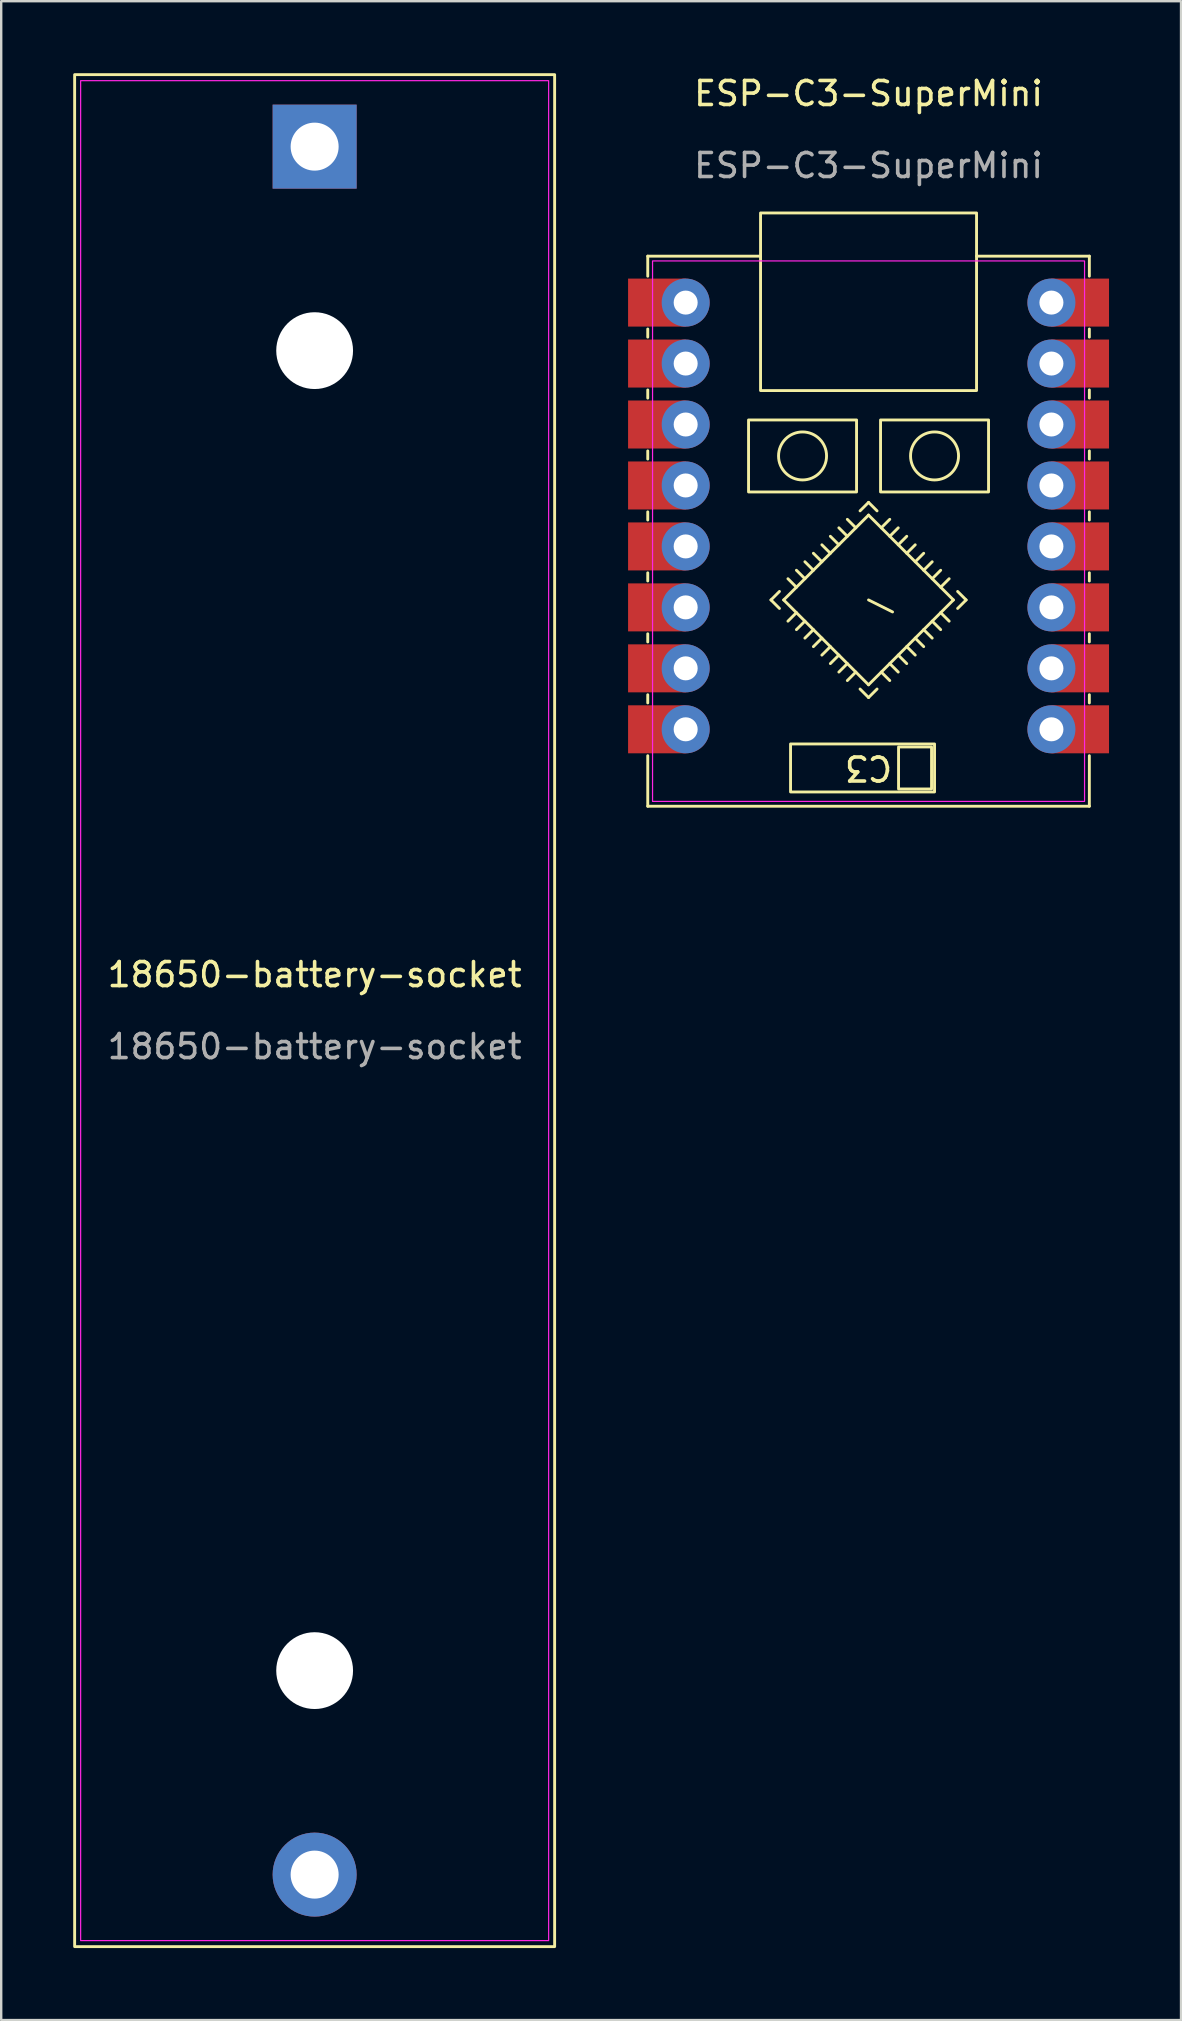
<source format=kicad_pcb>
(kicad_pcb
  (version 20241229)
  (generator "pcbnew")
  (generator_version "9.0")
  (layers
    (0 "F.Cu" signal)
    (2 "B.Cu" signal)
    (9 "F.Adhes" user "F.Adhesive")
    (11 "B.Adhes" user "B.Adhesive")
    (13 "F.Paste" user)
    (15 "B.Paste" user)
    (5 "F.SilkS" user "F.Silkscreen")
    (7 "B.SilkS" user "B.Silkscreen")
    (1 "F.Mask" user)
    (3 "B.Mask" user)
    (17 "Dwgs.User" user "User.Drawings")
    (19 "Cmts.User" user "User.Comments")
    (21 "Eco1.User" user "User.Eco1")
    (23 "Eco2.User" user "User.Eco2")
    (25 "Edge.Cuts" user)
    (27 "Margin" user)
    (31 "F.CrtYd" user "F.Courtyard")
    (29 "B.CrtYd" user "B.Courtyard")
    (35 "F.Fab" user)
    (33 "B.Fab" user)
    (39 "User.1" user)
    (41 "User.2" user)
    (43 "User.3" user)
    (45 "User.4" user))
  (footprint "ESP-C3-SuperMini"
    (layer "F.Cu")
    (at 33.14 18.448)
    (property "Reference" "ESP-C3-SuperMini" (at 0 -17.6 0) (unlocked yes) (layer "F.SilkS") (effects (font (size 1 1) (thickness 0.15))))
    (attr through_hole)
    (fp_line (start -9.2 -10.825) (end -9.2 -9.99) (stroke (width 0.12) (type default)) (layer "F.SilkS"))
    (fp_line (start -9.2 -10.825) (end -4.5 -10.825) (stroke (width 0.12) (type default)) (layer "F.SilkS"))
    (fp_line (start -9.2 -7.79) (end -9.2 -7.45) (stroke (width 0.12) (type default)) (layer "F.SilkS"))
    (fp_line (start -9.2 -5.25) (end -9.2 -4.91) (stroke (width 0.12) (type default)) (layer "F.SilkS"))
    (fp_line (start -9.2 -2.71) (end -9.2 -2.37) (stroke (width 0.12) (type default)) (layer "F.SilkS"))
    (fp_line (start -9.2 -0.17) (end -9.2 0.17) (stroke (width 0.12) (type default)) (layer "F.SilkS"))
    (fp_line (start -9.2 2.37) (end -9.2 2.71) (stroke (width 0.12) (type default)) (layer "F.SilkS"))
    (fp_line (start -9.2 4.91) (end -9.2 5.25) (stroke (width 0.12) (type default)) (layer "F.SilkS"))
    (fp_line (start -9.2 7.45) (end -9.2 7.79) (stroke (width 0.12) (type default)) (layer "F.SilkS"))
    (fp_line (start -9.2 12.095) (end -9.2 9.99) (stroke (width 0.12) (type default)) (layer "F.SilkS"))
    (fp_line (start -9.2 12.095) (end 9.2 12.095) (stroke (width 0.12) (type default)) (layer "F.SilkS"))
    (fp_line (start -3.712 3.146) (end -4.066 3.5) (stroke (width 0.12) (type default)) (layer "F.SilkS"))
    (fp_line (start -3.712 3.854) (end -4.066 3.5) (stroke (width 0.12) (type default)) (layer "F.SilkS"))
    (fp_line (start -3.536 3.5) (end 0 -0.036) (stroke (width 0.12) (type default)) (layer "F.SilkS"))
    (fp_line (start -3.005 2.97) (end -3.359 2.616) (stroke (width 0.12) (type default)) (layer "F.SilkS"))
    (fp_line (start -3.005 4.03) (end -3.359 4.384) (stroke (width 0.12) (type default)) (layer "F.SilkS"))
    (fp_line (start -2.652 2.616) (end -3.005 2.263) (stroke (width 0.12) (type default)) (layer "F.SilkS"))
    (fp_line (start -2.652 4.384) (end -3.005 4.737) (stroke (width 0.12) (type default)) (layer "F.SilkS"))
    (fp_line (start -2.298 2.263) (end -2.652 1.909) (stroke (width 0.12) (type default)) (layer "F.SilkS"))
    (fp_line (start -2.298 4.737) (end -2.652 5.091) (stroke (width 0.12) (type default)) (layer "F.SilkS"))
    (fp_line (start -1.945 1.909) (end -2.298 1.555) (stroke (width 0.12) (type default)) (layer "F.SilkS"))
    (fp_line (start -1.945 5.091) (end -2.298 5.445) (stroke (width 0.12) (type default)) (layer "F.SilkS"))
    (fp_line (start -1.591 1.555) (end -1.945 1.202) (stroke (width 0.12) (type default)) (layer "F.SilkS"))
    (fp_line (start -1.591 5.445) (end -1.945 5.798) (stroke (width 0.12) (type default)) (layer "F.SilkS"))
    (fp_line (start -1.237 1.202) (end -1.591 0.848) (stroke (width 0.12) (type default)) (layer "F.SilkS"))
    (fp_line (start -1.237 5.798) (end -1.591 6.152) (stroke (width 0.12) (type default)) (layer "F.SilkS"))
    (fp_line (start -0.884 0.848) (end -1.237 0.495) (stroke (width 0.12) (type default)) (layer "F.SilkS"))
    (fp_line (start -0.884 6.152) (end -1.237 6.505) (stroke (width 0.12) (type default)) (layer "F.SilkS"))
    (fp_line (start -0.53 0.495) (end -0.884 0.141) (stroke (width 0.12) (type default)) (layer "F.SilkS"))
    (fp_line (start -0.53 6.505) (end -0.884 6.859) (stroke (width 0.12) (type default)) (layer "F.SilkS"))
    (fp_line (start -0.354 7.212) (end -0.000001 7.566) (stroke (width 0.12) (type default)) (layer "F.SilkS"))
    (fp_line (start -0.354 -0.212) (end 0.000001 -0.566) (stroke (width 0.12) (type default)) (layer "F.SilkS"))
    (fp_line (start 0 -0.036) (end 3.536 3.5) (stroke (width 0.12) (type default)) (layer "F.SilkS"))
    (fp_line (start 0 7.036) (end -3.536 3.5) (stroke (width 0.12) (type default)) (layer "F.SilkS"))
    (fp_line (start 0.354 7.212) (end -0.000001 7.566) (stroke (width 0.12) (type default)) (layer "F.SilkS"))
    (fp_line (start 0.354 -0.212) (end 0.000001 -0.566) (stroke (width 0.12) (type default)) (layer "F.SilkS"))
    (fp_line (start 0.53 0.495) (end 0.884 0.141) (stroke (width 0.12) (type default)) (layer "F.SilkS"))
    (fp_line (start 0.53 6.505) (end 0.884 6.859) (stroke (width 0.12) (type default)) (layer "F.SilkS"))
    (fp_line (start 0.884 0.848) (end 1.237 0.495) (stroke (width 0.12) (type default)) (layer "F.SilkS"))
    (fp_line (start 0.884 6.152) (end 1.237 6.505) (stroke (width 0.12) (type default)) (layer "F.SilkS"))
    (fp_line (start 1 4) (end 0 3.5) (stroke (width 0.12) (type default)) (layer "F.SilkS"))
    (fp_line (start 1.237 1.202) (end 1.591 0.848) (stroke (width 0.12) (type default)) (layer "F.SilkS"))
    (fp_line (start 1.237 5.798) (end 1.591 6.152) (stroke (width 0.12) (type default)) (layer "F.SilkS"))
    (fp_line (start 1.591 1.555) (end 1.945 1.202) (stroke (width 0.12) (type default)) (layer "F.SilkS"))
    (fp_line (start 1.591 5.445) (end 1.945 5.798) (stroke (width 0.12) (type default)) (layer "F.SilkS"))
    (fp_line (start 1.945 1.909) (end 2.298 1.555) (stroke (width 0.12) (type default)) (layer "F.SilkS"))
    (fp_line (start 1.945 5.091) (end 2.298 5.445) (stroke (width 0.12) (type default)) (layer "F.SilkS"))
    (fp_line (start 2.298 2.263) (end 2.652 1.909) (stroke (width 0.12) (type default)) (layer "F.SilkS"))
    (fp_line (start 2.298 4.737) (end 2.652 5.091) (stroke (width 0.12) (type default)) (layer "F.SilkS"))
    (fp_line (start 2.652 2.616) (end 3.005 2.263) (stroke (width 0.12) (type default)) (layer "F.SilkS"))
    (fp_line (start 2.652 4.384) (end 3.005 4.737) (stroke (width 0.12) (type default)) (layer "F.SilkS"))
    (fp_line (start 3.005 2.97) (end 3.359 2.616) (stroke (width 0.12) (type default)) (layer "F.SilkS"))
    (fp_line (start 3.005 4.03) (end 3.359 4.384) (stroke (width 0.12) (type default)) (layer "F.SilkS"))
    (fp_line (start 3.536 3.5) (end 0 7.036) (stroke (width 0.12) (type default)) (layer "F.SilkS"))
    (fp_line (start 3.712 3.146) (end 4.066 3.5) (stroke (width 0.12) (type default)) (layer "F.SilkS"))
    (fp_line (start 3.712 3.854) (end 4.066 3.5) (stroke (width 0.12) (type default)) (layer "F.SilkS"))
    (fp_line (start 9.2 -10.825) (end 4.5 -10.825) (stroke (width 0.12) (type solid)) (layer "F.SilkS"))
    (fp_line (start 9.2 -10.825) (end 9.2 -9.99) (stroke (width 0.12) (type default)) (layer "F.SilkS"))
    (fp_line (start 9.2 -7.45) (end 9.2 -7.79) (stroke (width 0.12) (type default)) (layer "F.SilkS"))
    (fp_line (start 9.2 -4.91) (end 9.2 -5.25) (stroke (width 0.12) (type default)) (layer "F.SilkS"))
    (fp_line (start 9.2 -2.37) (end 9.2 -2.71) (stroke (width 0.12) (type default)) (layer "F.SilkS"))
    (fp_line (start 9.2 0.17) (end 9.2 -0.17) (stroke (width 0.12) (type default)) (layer "F.SilkS"))
    (fp_line (start 9.2 2.71) (end 9.2 2.37) (stroke (width 0.12) (type default)) (layer "F.SilkS"))
    (fp_line (start 9.2 5.25) (end 9.2 4.91) (stroke (width 0.12) (type default)) (layer "F.SilkS"))
    (fp_line (start 9.2 7.79) (end 9.2 7.45) (stroke (width 0.12) (type default)) (layer "F.SilkS"))
    (fp_line (start 9.2 12.095) (end 9.2 9.99) (stroke (width 0.12) (type default)) (layer "F.SilkS"))
    (fp_rect (start -5 -4) (end -0.5 -1) (stroke (width 0.12) (type default)) (fill no) (layer "F.SilkS"))
    (fp_rect (start -4.5 -5.225) (end 4.5 -12.625) (stroke (width 0.12) (type solid)) (fill no) (layer "F.SilkS"))
    (fp_rect (start -3.25 9.5) (end 2.75 11.5) (stroke (width 0.12) (type default)) (fill no) (layer "F.SilkS"))
    (fp_rect (start 0.5 -4) (end 5 -1) (stroke (width 0.12) (type default)) (fill no) (layer "F.SilkS"))
    (fp_rect (start 1.25 9.625) (end 2.625 11.375) (stroke (width 0.12) (type default)) (fill no) (layer "F.SilkS"))
    (fp_circle (center -2.75 -2.5) (end -1.75 -2.5) (stroke (width 0.12) (type default)) (fill no) (layer "F.SilkS"))
    (fp_circle (center 2.75 -2.5) (end 3.75 -2.5) (stroke (width 0.12) (type default)) (fill no) (layer "F.SilkS"))
    (fp_rect (start -9 -10.625) (end 9 11.895) (stroke (width 0.05) (type default)) (fill no) (layer "F.CrtYd"))
    (fp_text user "C3" (at 0 10.5 180) (unlocked yes) (layer "F.SilkS") (effects (font (size 1 1) (thickness 0.15))))
    (fp_text user "${REFERENCE}" (at 0 -14.6 0) (unlocked yes) (layer "F.Fab") (effects (font (size 1 1) (thickness 0.15))))
    (pad "0" thru_hole circle (at 7.62 8.89) (size 2 2) (drill 1) (layers "*.Cu" "*.Mask"))
    (pad "0" smd rect (at 9.22 8.89) (size 2.4 2) (drill (offset -0.4 0)) (layers "F.Cu" "F.Mask"))
    (pad "1" thru_hole circle (at 7.62 6.35) (size 2 2) (drill 1) (layers "*.Cu" "*.Mask"))
    (pad "1" smd rect (at 9.22 6.35) (size 2.4 2) (drill (offset -0.4 0)) (layers "F.Cu" "F.Mask"))
    (pad "2" thru_hole circle (at 7.62 3.81) (size 2 2) (drill 1) (layers "*.Cu" "*.Mask"))
    (pad "2" smd rect (at 9.22 3.81) (size 2.4 2) (drill (offset -0.4 0)) (layers "F.Cu" "F.Mask"))
    (pad "3" thru_hole circle (at 7.62 1.27) (size 2 2) (drill 1) (layers "*.Cu" "*.Mask"))
    (pad "3" smd rect (at 9.22 1.27) (size 2.4 2) (drill (offset -0.4 0)) (layers "F.Cu" "F.Mask"))
    (pad "3V3" thru_hole circle (at 7.62 -3.81) (size 2 2) (drill 1) (layers "*.Cu" "*.Mask"))
    (pad "3V3" smd rect (at 9.22 -3.81) (size 2.4 2) (drill (offset -0.4 0)) (layers "F.Cu" "F.Mask"))
    (pad "4" thru_hole circle (at 7.62 -1.27) (size 2 2) (drill 1) (layers "*.Cu" "*.Mask"))
    (pad "4" smd rect (at 9.22 -1.27) (size 2.4 2) (drill (offset -0.4 0)) (layers "F.Cu" "F.Mask"))
    (pad "5" smd rect (at -9.22 -8.89) (size 2.4 2) (drill (offset 0.4 0)) (layers "F.Cu" "F.Mask"))
    (pad "5" thru_hole circle (at -7.62 -8.89) (size 2 2) (drill 1) (layers "*.Cu" "*.Mask"))
    (pad "5V" thru_hole circle (at 7.62 -8.89) (size 2 2) (drill 1) (layers "*.Cu" "*.Mask"))
    (pad "5V" smd rect (at 9.22 -8.89) (size 2.4 2) (drill (offset -0.4 0)) (layers "F.Cu" "F.Mask"))
    (pad "6" smd rect (at -9.22 -6.35) (size 2.4 2) (drill (offset 0.4 0)) (layers "F.Cu" "F.Mask"))
    (pad "6" thru_hole circle (at -7.62 -6.35) (size 2 2) (drill 1) (layers "*.Cu" "*.Mask"))
    (pad "7" smd rect (at -9.22 -3.81) (size 2.4 2) (drill (offset 0.4 0)) (layers "F.Cu" "F.Mask"))
    (pad "7" thru_hole circle (at -7.62 -3.81) (size 2 2) (drill 1) (layers "*.Cu" "*.Mask"))
    (pad "8" smd rect (at -9.22 -1.27) (size 2.4 2) (drill (offset 0.4 0)) (layers "F.Cu" "F.Mask"))
    (pad "8" thru_hole circle (at -7.62 -1.27) (size 2 2) (drill 1) (layers "*.Cu" "*.Mask"))
    (pad "9" smd rect (at -9.22 1.27) (size 2.4 2) (drill (offset 0.4 0)) (layers "F.Cu" "F.Mask"))
    (pad "9" thru_hole circle (at -7.62 1.27) (size 2 2) (drill 1) (layers "*.Cu" "*.Mask"))
    (pad "10" smd rect (at -9.22 3.81) (size 2.4 2) (drill (offset 0.4 0)) (layers "F.Cu" "F.Mask"))
    (pad "10" thru_hole circle (at -7.62 3.81) (size 2 2) (drill 1) (layers "*.Cu" "*.Mask"))
    (pad "20" smd rect (at -9.22 6.35) (size 2.4 2) (drill (offset 0.4 0)) (layers "F.Cu" "F.Mask"))
    (pad "20" thru_hole circle (at -7.62 6.35) (size 2 2) (drill 1) (layers "*.Cu" "*.Mask"))
    (pad "21" smd rect (at -9.22 8.89) (size 2.4 2) (drill (offset 0.4 0)) (layers "F.Cu" "F.Mask"))
    (pad "21" thru_hole circle (at -7.62 8.89) (size 2 2) (drill 1) (layers "*.Cu" "*.Mask"))
    (pad "G" thru_hole circle (at 7.62 -6.35) (size 2 2) (drill 1) (layers "*.Cu" "*.Mask"))
    (pad "G" smd rect (at 9.22 -6.35) (size 2.4 2) (drill (offset -0.4 0)) (layers "F.Cu" "F.Mask")))
  (footprint "18650-battery-socket"
    (layer "F.Cu")
    (at 10.06 39.06)
    (property "Reference" "18650-battery-socket" (at 0 -1.5 0) (unlocked yes) (layer "F.SilkS") (effects (font (size 1 1) (thickness 0.15))))
    (attr through_hole)
    (fp_rect (start 10 -39) (end -10 39) (stroke (width 0.12) (type solid)) (fill no) (layer "F.SilkS"))
    (fp_rect (start -9.75 -38.75) (end 9.75 38.75) (stroke (width 0.05) (type solid)) (fill no) (layer "F.CrtYd"))
    (fp_text user "${REFERENCE}" (at 0 1.5 0) (unlocked yes) (layer "F.Fab") (effects (font (size 1 1) (thickness 0.15))))
    (pad "" np_thru_hole circle (at 0 -27.5) (size 3.2 3.2) (drill 3.2) (layers "*.Cu" "*.Mask"))
    (pad "" np_thru_hole circle (at 0 27.5) (size 3.2 3.2) (drill 3.2) (layers "*.Cu" "*.Mask"))
    (pad "1" thru_hole rect (at 0 -36) (size 3.5 3.5) (drill 2) (layers "*.Cu" "*.Mask"))
    (pad "2" thru_hole circle (at 0 36) (size 3.5 3.5) (drill 2) (layers "*.Cu" "*.Mask")))
  (gr_rect
    (start -3 -3)
    (end 46.16 81.12)
    (stroke (width 0.1) (type default))
    (fill no)
    (layer "Edge.Cuts")))
</source>
